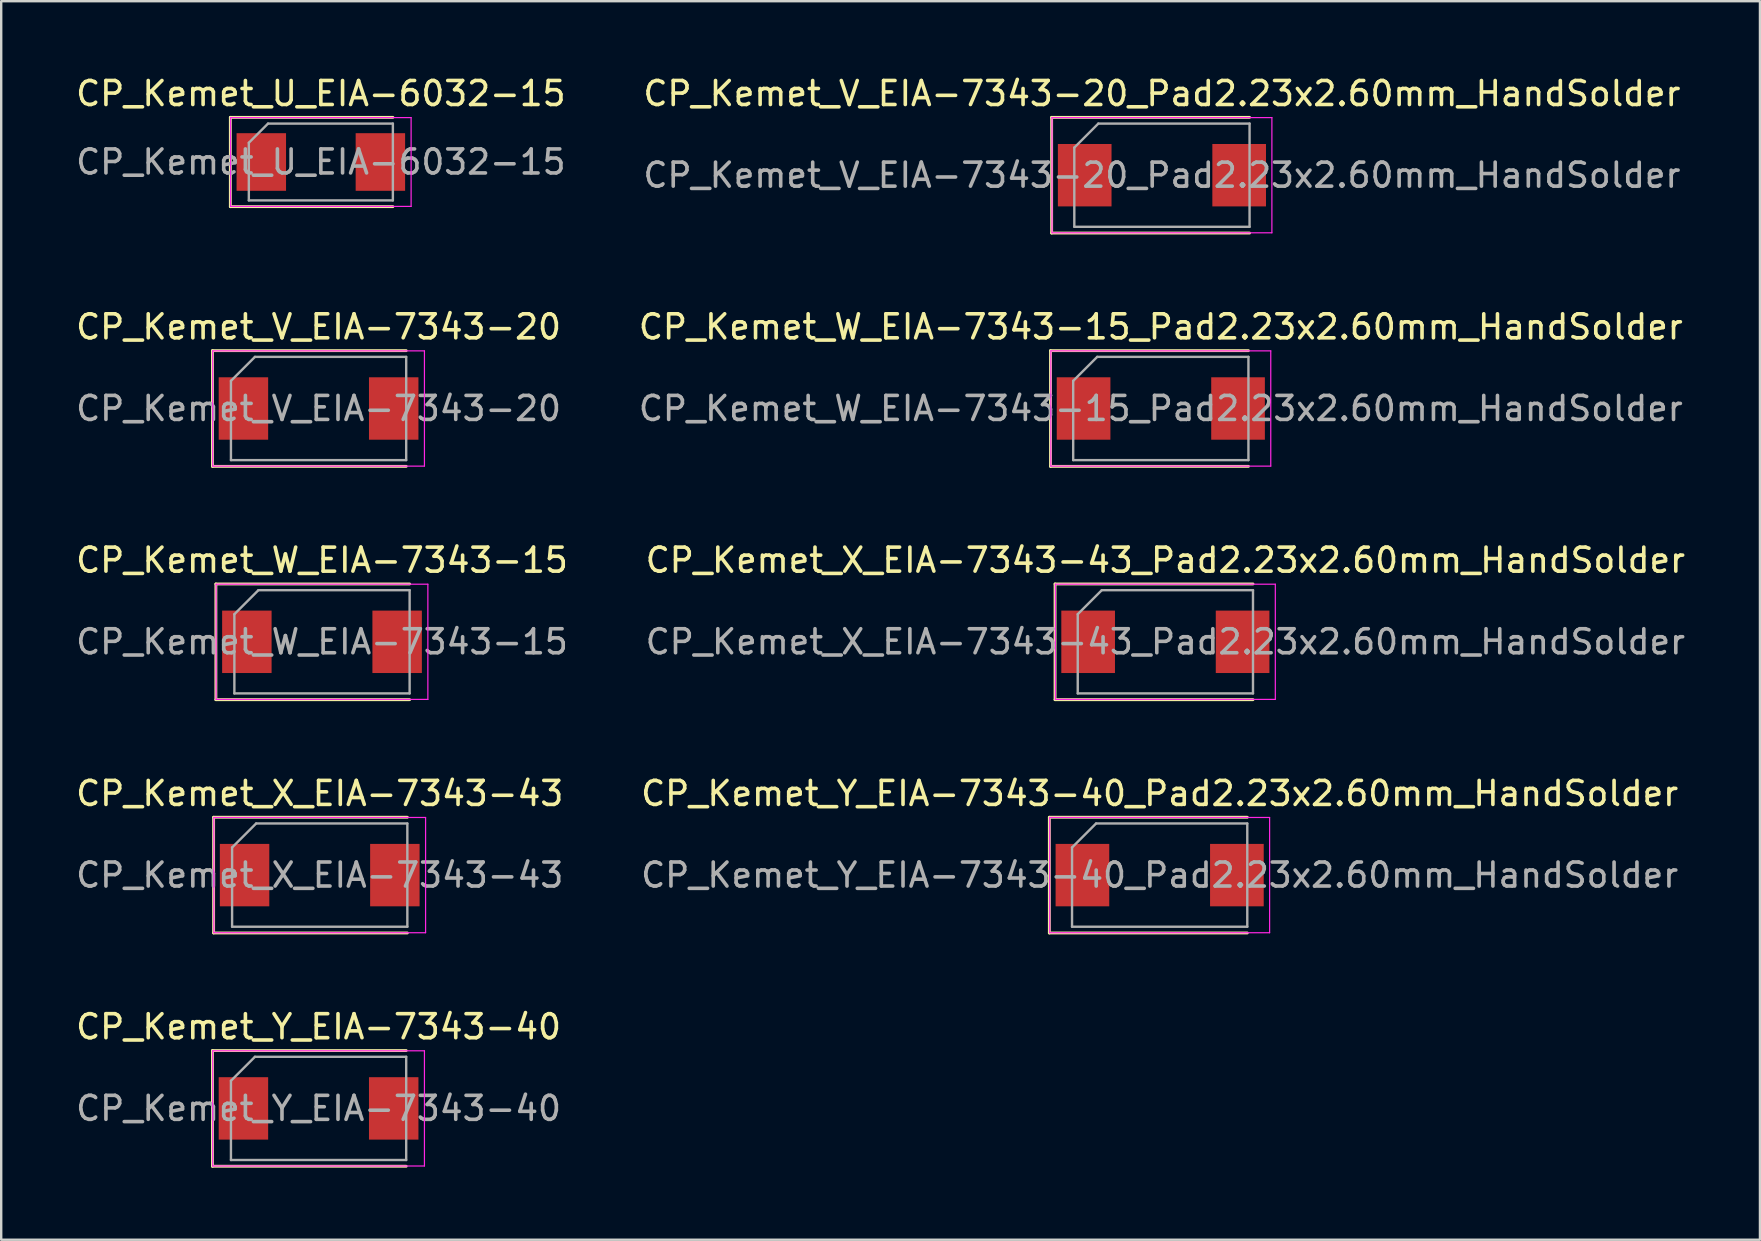
<source format=kicad_pcb>
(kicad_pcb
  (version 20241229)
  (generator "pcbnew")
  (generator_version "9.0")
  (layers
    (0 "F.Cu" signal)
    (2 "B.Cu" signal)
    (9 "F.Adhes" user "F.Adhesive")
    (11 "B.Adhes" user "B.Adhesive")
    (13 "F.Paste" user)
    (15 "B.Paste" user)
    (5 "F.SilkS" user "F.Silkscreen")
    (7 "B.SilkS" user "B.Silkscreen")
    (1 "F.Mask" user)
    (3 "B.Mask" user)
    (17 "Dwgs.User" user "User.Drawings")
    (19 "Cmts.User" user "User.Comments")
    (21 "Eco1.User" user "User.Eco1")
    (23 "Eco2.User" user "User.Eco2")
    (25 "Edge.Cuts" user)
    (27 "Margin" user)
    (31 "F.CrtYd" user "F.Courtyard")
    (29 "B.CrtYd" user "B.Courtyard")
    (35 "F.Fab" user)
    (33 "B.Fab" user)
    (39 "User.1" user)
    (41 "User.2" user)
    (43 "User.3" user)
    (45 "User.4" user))
  (footprint "CP_Kemet_W_EIA-7343-15"
    (layer "F.Cu")
    (at 10.363 23.685)
    (property "Reference" "CP_Kemet_W_EIA-7343-15" (at 0 -3.4 0) (layer "F.SilkS") (effects (font (size 1 1) (thickness 0.15))))
    (attr smd)
    (fp_line (start -4.42 -2.41) (end -4.42 2.41) (stroke (width 0.12) (type solid)) (layer "F.SilkS"))
    (fp_line (start -4.42 2.41) (end 3.65 2.41) (stroke (width 0.12) (type solid)) (layer "F.SilkS"))
    (fp_line (start 3.65 -2.41) (end -4.42 -2.41) (stroke (width 0.12) (type solid)) (layer "F.SilkS"))
    (fp_line (start -4.41 -2.4) (end 4.41 -2.4) (stroke (width 0.05) (type solid)) (layer "F.CrtYd"))
    (fp_line (start -4.41 2.4) (end -4.41 -2.4) (stroke (width 0.05) (type solid)) (layer "F.CrtYd"))
    (fp_line (start 4.41 -2.4) (end 4.41 2.4) (stroke (width 0.05) (type solid)) (layer "F.CrtYd"))
    (fp_line (start 4.41 2.4) (end -4.41 2.4) (stroke (width 0.05) (type solid)) (layer "F.CrtYd"))
    (fp_line (start -3.65 -1.15) (end -3.65 2.15) (stroke (width 0.1) (type solid)) (layer "F.Fab"))
    (fp_line (start -3.65 2.15) (end 3.65 2.15) (stroke (width 0.1) (type solid)) (layer "F.Fab"))
    (fp_line (start -2.65 -2.15) (end -3.65 -1.15) (stroke (width 0.1) (type solid)) (layer "F.Fab"))
    (fp_line (start 3.65 -2.15) (end -2.65 -2.15) (stroke (width 0.1) (type solid)) (layer "F.Fab"))
    (fp_line (start 3.65 2.15) (end 3.65 -2.15) (stroke (width 0.1) (type solid)) (layer "F.Fab"))
    (fp_text user "${REFERENCE}" (at 0 0 0) (layer "F.Fab") (effects (font (size 1 1) (thickness 0.15))))
    (pad "1" smd rect (at -3.13 0) (size 2.06 2.6) (layers "F.Cu" "F.Mask" "F.Paste"))
    (pad "2" smd rect (at 3.13 0) (size 2.06 2.6) (layers "F.Cu" "F.Mask" "F.Paste")))
  (footprint "CP_Kemet_V_EIA-7343-20_Pad2.23x2.60mm_HandSolder"
    (layer "F.Cu")
    (at 45.351 4.248)
    (property "Reference" "CP_Kemet_V_EIA-7343-20_Pad2.23x2.60mm_HandSolder" (at 0 -3.4 0) (layer "F.SilkS") (effects (font (size 1 1) (thickness 0.15))))
    (attr smd)
    (fp_line (start -4.595 -2.41) (end -4.595 2.41) (stroke (width 0.12) (type solid)) (layer "F.SilkS"))
    (fp_line (start -4.595 2.41) (end 3.65 2.41) (stroke (width 0.12) (type solid)) (layer "F.SilkS"))
    (fp_line (start 3.65 -2.41) (end -4.595 -2.41) (stroke (width 0.12) (type solid)) (layer "F.SilkS"))
    (fp_line (start -4.58 -2.4) (end 4.58 -2.4) (stroke (width 0.05) (type solid)) (layer "F.CrtYd"))
    (fp_line (start -4.58 2.4) (end -4.58 -2.4) (stroke (width 0.05) (type solid)) (layer "F.CrtYd"))
    (fp_line (start 4.58 -2.4) (end 4.58 2.4) (stroke (width 0.05) (type solid)) (layer "F.CrtYd"))
    (fp_line (start 4.58 2.4) (end -4.58 2.4) (stroke (width 0.05) (type solid)) (layer "F.CrtYd"))
    (fp_line (start -3.65 -1.15) (end -3.65 2.15) (stroke (width 0.1) (type solid)) (layer "F.Fab"))
    (fp_line (start -3.65 2.15) (end 3.65 2.15) (stroke (width 0.1) (type solid)) (layer "F.Fab"))
    (fp_line (start -2.65 -2.15) (end -3.65 -1.15) (stroke (width 0.1) (type solid)) (layer "F.Fab"))
    (fp_line (start 3.65 -2.15) (end -2.65 -2.15) (stroke (width 0.1) (type solid)) (layer "F.Fab"))
    (fp_line (start 3.65 2.15) (end 3.65 -2.15) (stroke (width 0.1) (type solid)) (layer "F.Fab"))
    (fp_text user "${REFERENCE}" (at 0 0 0) (layer "F.Fab") (effects (font (size 1 1) (thickness 0.15))))
    (pad "1" smd rect (at -3.217 0) (size 2.235 2.6) (layers "F.Cu" "F.Mask" "F.Paste"))
    (pad "2" smd rect (at 3.217 0) (size 2.235 2.6) (layers "F.Cu" "F.Mask" "F.Paste")))
  (footprint "CP_Kemet_W_EIA-7343-15_Pad2.23x2.60mm_HandSolder"
    (layer "F.Cu")
    (at 45.304 13.966)
    (property "Reference" "CP_Kemet_W_EIA-7343-15_Pad2.23x2.60mm_HandSolder" (at 0 -3.4 0) (layer "F.SilkS") (effects (font (size 1 1) (thickness 0.15))))
    (attr smd)
    (fp_line (start -4.595 -2.41) (end -4.595 2.41) (stroke (width 0.12) (type solid)) (layer "F.SilkS"))
    (fp_line (start -4.595 2.41) (end 3.65 2.41) (stroke (width 0.12) (type solid)) (layer "F.SilkS"))
    (fp_line (start 3.65 -2.41) (end -4.595 -2.41) (stroke (width 0.12) (type solid)) (layer "F.SilkS"))
    (fp_line (start -4.58 -2.4) (end 4.58 -2.4) (stroke (width 0.05) (type solid)) (layer "F.CrtYd"))
    (fp_line (start -4.58 2.4) (end -4.58 -2.4) (stroke (width 0.05) (type solid)) (layer "F.CrtYd"))
    (fp_line (start 4.58 -2.4) (end 4.58 2.4) (stroke (width 0.05) (type solid)) (layer "F.CrtYd"))
    (fp_line (start 4.58 2.4) (end -4.58 2.4) (stroke (width 0.05) (type solid)) (layer "F.CrtYd"))
    (fp_line (start -3.65 -1.15) (end -3.65 2.15) (stroke (width 0.1) (type solid)) (layer "F.Fab"))
    (fp_line (start -3.65 2.15) (end 3.65 2.15) (stroke (width 0.1) (type solid)) (layer "F.Fab"))
    (fp_line (start -2.65 -2.15) (end -3.65 -1.15) (stroke (width 0.1) (type solid)) (layer "F.Fab"))
    (fp_line (start 3.65 -2.15) (end -2.65 -2.15) (stroke (width 0.1) (type solid)) (layer "F.Fab"))
    (fp_line (start 3.65 2.15) (end 3.65 -2.15) (stroke (width 0.1) (type solid)) (layer "F.Fab"))
    (fp_text user "${REFERENCE}" (at 0 0 0) (layer "F.Fab") (effects (font (size 1 1) (thickness 0.15))))
    (pad "1" smd rect (at -3.217 0) (size 2.235 2.6) (layers "F.Cu" "F.Mask" "F.Paste"))
    (pad "2" smd rect (at 3.217 0) (size 2.235 2.6) (layers "F.Cu" "F.Mask" "F.Paste")))
  (footprint "CP_Kemet_Y_EIA-7343-40_Pad2.23x2.60mm_HandSolder"
    (layer "F.Cu")
    (at 45.256 33.403)
    (property "Reference" "CP_Kemet_Y_EIA-7343-40_Pad2.23x2.60mm_HandSolder" (at 0 -3.4 0) (layer "F.SilkS") (effects (font (size 1 1) (thickness 0.15))))
    (attr smd)
    (fp_line (start -4.595 -2.41) (end -4.595 2.41) (stroke (width 0.12) (type solid)) (layer "F.SilkS"))
    (fp_line (start -4.595 2.41) (end 3.65 2.41) (stroke (width 0.12) (type solid)) (layer "F.SilkS"))
    (fp_line (start 3.65 -2.41) (end -4.595 -2.41) (stroke (width 0.12) (type solid)) (layer "F.SilkS"))
    (fp_line (start -4.58 -2.4) (end 4.58 -2.4) (stroke (width 0.05) (type solid)) (layer "F.CrtYd"))
    (fp_line (start -4.58 2.4) (end -4.58 -2.4) (stroke (width 0.05) (type solid)) (layer "F.CrtYd"))
    (fp_line (start 4.58 -2.4) (end 4.58 2.4) (stroke (width 0.05) (type solid)) (layer "F.CrtYd"))
    (fp_line (start 4.58 2.4) (end -4.58 2.4) (stroke (width 0.05) (type solid)) (layer "F.CrtYd"))
    (fp_line (start -3.65 -1.15) (end -3.65 2.15) (stroke (width 0.1) (type solid)) (layer "F.Fab"))
    (fp_line (start -3.65 2.15) (end 3.65 2.15) (stroke (width 0.1) (type solid)) (layer "F.Fab"))
    (fp_line (start -2.65 -2.15) (end -3.65 -1.15) (stroke (width 0.1) (type solid)) (layer "F.Fab"))
    (fp_line (start 3.65 -2.15) (end -2.65 -2.15) (stroke (width 0.1) (type solid)) (layer "F.Fab"))
    (fp_line (start 3.65 2.15) (end 3.65 -2.15) (stroke (width 0.1) (type solid)) (layer "F.Fab"))
    (fp_text user "${REFERENCE}" (at 0 0 0) (layer "F.Fab") (effects (font (size 1 1) (thickness 0.15))))
    (pad "1" smd rect (at -3.217 0) (size 2.235 2.6) (layers "F.Cu" "F.Mask" "F.Paste"))
    (pad "2" smd rect (at 3.217 0) (size 2.235 2.6) (layers "F.Cu" "F.Mask" "F.Paste")))
  (footprint "CP_Kemet_X_EIA-7343-43"
    (layer "F.Cu")
    (at 10.268 33.403)
    (property "Reference" "CP_Kemet_X_EIA-7343-43" (at 0 -3.4 0) (layer "F.SilkS") (effects (font (size 1 1) (thickness 0.15))))
    (attr smd)
    (fp_line (start -4.42 -2.41) (end -4.42 2.41) (stroke (width 0.12) (type solid)) (layer "F.SilkS"))
    (fp_line (start -4.42 2.41) (end 3.65 2.41) (stroke (width 0.12) (type solid)) (layer "F.SilkS"))
    (fp_line (start 3.65 -2.41) (end -4.42 -2.41) (stroke (width 0.12) (type solid)) (layer "F.SilkS"))
    (fp_line (start -4.41 -2.4) (end 4.41 -2.4) (stroke (width 0.05) (type solid)) (layer "F.CrtYd"))
    (fp_line (start -4.41 2.4) (end -4.41 -2.4) (stroke (width 0.05) (type solid)) (layer "F.CrtYd"))
    (fp_line (start 4.41 -2.4) (end 4.41 2.4) (stroke (width 0.05) (type solid)) (layer "F.CrtYd"))
    (fp_line (start 4.41 2.4) (end -4.41 2.4) (stroke (width 0.05) (type solid)) (layer "F.CrtYd"))
    (fp_line (start -3.65 -1.15) (end -3.65 2.15) (stroke (width 0.1) (type solid)) (layer "F.Fab"))
    (fp_line (start -3.65 2.15) (end 3.65 2.15) (stroke (width 0.1) (type solid)) (layer "F.Fab"))
    (fp_line (start -2.65 -2.15) (end -3.65 -1.15) (stroke (width 0.1) (type solid)) (layer "F.Fab"))
    (fp_line (start 3.65 -2.15) (end -2.65 -2.15) (stroke (width 0.1) (type solid)) (layer "F.Fab"))
    (fp_line (start 3.65 2.15) (end 3.65 -2.15) (stroke (width 0.1) (type solid)) (layer "F.Fab"))
    (fp_text user "${REFERENCE}" (at 0 0 0) (layer "F.Fab") (effects (font (size 1 1) (thickness 0.15))))
    (pad "1" smd rect (at -3.13 0) (size 2.06 2.6) (layers "F.Cu" "F.Mask" "F.Paste"))
    (pad "2" smd rect (at 3.13 0) (size 2.06 2.6) (layers "F.Cu" "F.Mask" "F.Paste")))
  (footprint "CP_Kemet_Y_EIA-7343-40"
    (layer "F.Cu")
    (at 10.22 43.121)
    (property "Reference" "CP_Kemet_Y_EIA-7343-40" (at 0 -3.4 0) (layer "F.SilkS") (effects (font (size 1 1) (thickness 0.15))))
    (attr smd)
    (fp_line (start -4.42 -2.41) (end -4.42 2.41) (stroke (width 0.12) (type solid)) (layer "F.SilkS"))
    (fp_line (start -4.42 2.41) (end 3.65 2.41) (stroke (width 0.12) (type solid)) (layer "F.SilkS"))
    (fp_line (start 3.65 -2.41) (end -4.42 -2.41) (stroke (width 0.12) (type solid)) (layer "F.SilkS"))
    (fp_line (start -4.41 -2.4) (end 4.41 -2.4) (stroke (width 0.05) (type solid)) (layer "F.CrtYd"))
    (fp_line (start -4.41 2.4) (end -4.41 -2.4) (stroke (width 0.05) (type solid)) (layer "F.CrtYd"))
    (fp_line (start 4.41 -2.4) (end 4.41 2.4) (stroke (width 0.05) (type solid)) (layer "F.CrtYd"))
    (fp_line (start 4.41 2.4) (end -4.41 2.4) (stroke (width 0.05) (type solid)) (layer "F.CrtYd"))
    (fp_line (start -3.65 -1.15) (end -3.65 2.15) (stroke (width 0.1) (type solid)) (layer "F.Fab"))
    (fp_line (start -3.65 2.15) (end 3.65 2.15) (stroke (width 0.1) (type solid)) (layer "F.Fab"))
    (fp_line (start -2.65 -2.15) (end -3.65 -1.15) (stroke (width 0.1) (type solid)) (layer "F.Fab"))
    (fp_line (start 3.65 -2.15) (end -2.65 -2.15) (stroke (width 0.1) (type solid)) (layer "F.Fab"))
    (fp_line (start 3.65 2.15) (end 3.65 -2.15) (stroke (width 0.1) (type solid)) (layer "F.Fab"))
    (fp_text user "${REFERENCE}" (at 0 0 0) (layer "F.Fab") (effects (font (size 1 1) (thickness 0.15))))
    (pad "1" smd rect (at -3.13 0) (size 2.06 2.6) (layers "F.Cu" "F.Mask" "F.Paste"))
    (pad "2" smd rect (at 3.13 0) (size 2.06 2.6) (layers "F.Cu" "F.Mask" "F.Paste")))
  (footprint "CP_Kemet_V_EIA-7343-20"
    (layer "F.Cu")
    (at 10.22 13.966)
    (property "Reference" "CP_Kemet_V_EIA-7343-20" (at 0 -3.4 0) (layer "F.SilkS") (effects (font (size 1 1) (thickness 0.15))))
    (attr smd)
    (fp_line (start -4.42 -2.41) (end -4.42 2.41) (stroke (width 0.12) (type solid)) (layer "F.SilkS"))
    (fp_line (start -4.42 2.41) (end 3.65 2.41) (stroke (width 0.12) (type solid)) (layer "F.SilkS"))
    (fp_line (start 3.65 -2.41) (end -4.42 -2.41) (stroke (width 0.12) (type solid)) (layer "F.SilkS"))
    (fp_line (start -4.41 -2.4) (end 4.41 -2.4) (stroke (width 0.05) (type solid)) (layer "F.CrtYd"))
    (fp_line (start -4.41 2.4) (end -4.41 -2.4) (stroke (width 0.05) (type solid)) (layer "F.CrtYd"))
    (fp_line (start 4.41 -2.4) (end 4.41 2.4) (stroke (width 0.05) (type solid)) (layer "F.CrtYd"))
    (fp_line (start 4.41 2.4) (end -4.41 2.4) (stroke (width 0.05) (type solid)) (layer "F.CrtYd"))
    (fp_line (start -3.65 -1.15) (end -3.65 2.15) (stroke (width 0.1) (type solid)) (layer "F.Fab"))
    (fp_line (start -3.65 2.15) (end 3.65 2.15) (stroke (width 0.1) (type solid)) (layer "F.Fab"))
    (fp_line (start -2.65 -2.15) (end -3.65 -1.15) (stroke (width 0.1) (type solid)) (layer "F.Fab"))
    (fp_line (start 3.65 -2.15) (end -2.65 -2.15) (stroke (width 0.1) (type solid)) (layer "F.Fab"))
    (fp_line (start 3.65 2.15) (end 3.65 -2.15) (stroke (width 0.1) (type solid)) (layer "F.Fab"))
    (fp_text user "${REFERENCE}" (at 0 0 0) (layer "F.Fab") (effects (font (size 1 1) (thickness 0.15))))
    (pad "1" smd rect (at -3.13 0) (size 2.06 2.6) (layers "F.Cu" "F.Mask" "F.Paste"))
    (pad "2" smd rect (at 3.13 0) (size 2.06 2.6) (layers "F.Cu" "F.Mask" "F.Paste")))
  (footprint "CP_Kemet_U_EIA-6032-15"
    (layer "F.Cu")
    (at 10.315 3.698)
    (property "Reference" "CP_Kemet_U_EIA-6032-15" (at 0 -2.85 0) (layer "F.SilkS") (effects (font (size 1 1) (thickness 0.15))))
    (attr smd)
    (fp_line (start -3.77 -1.86) (end -3.77 1.86) (stroke (width 0.12) (type solid)) (layer "F.SilkS"))
    (fp_line (start -3.77 1.86) (end 3 1.86) (stroke (width 0.12) (type solid)) (layer "F.SilkS"))
    (fp_line (start 3 -1.86) (end -3.77 -1.86) (stroke (width 0.12) (type solid)) (layer "F.SilkS"))
    (fp_line (start -3.76 -1.85) (end 3.76 -1.85) (stroke (width 0.05) (type solid)) (layer "F.CrtYd"))
    (fp_line (start -3.76 1.85) (end -3.76 -1.85) (stroke (width 0.05) (type solid)) (layer "F.CrtYd"))
    (fp_line (start 3.76 -1.85) (end 3.76 1.85) (stroke (width 0.05) (type solid)) (layer "F.CrtYd"))
    (fp_line (start 3.76 1.85) (end -3.76 1.85) (stroke (width 0.05) (type solid)) (layer "F.CrtYd"))
    (fp_line (start -3 -0.8) (end -3 1.6) (stroke (width 0.1) (type solid)) (layer "F.Fab"))
    (fp_line (start -3 1.6) (end 3 1.6) (stroke (width 0.1) (type solid)) (layer "F.Fab"))
    (fp_line (start -2.2 -1.6) (end -3 -0.8) (stroke (width 0.1) (type solid)) (layer "F.Fab"))
    (fp_line (start 3 -1.6) (end -2.2 -1.6) (stroke (width 0.1) (type solid)) (layer "F.Fab"))
    (fp_line (start 3 1.6) (end 3 -1.6) (stroke (width 0.1) (type solid)) (layer "F.Fab"))
    (fp_text user "${REFERENCE}" (at 0 0 0) (layer "F.Fab") (effects (font (size 1 1) (thickness 0.15))))
    (pad "1" smd rect (at -2.48 0) (size 2.06 2.4) (layers "F.Cu" "F.Mask" "F.Paste"))
    (pad "2" smd rect (at 2.48 0) (size 2.06 2.4) (layers "F.Cu" "F.Mask" "F.Paste")))
  (footprint "CP_Kemet_X_EIA-7343-43_Pad2.23x2.60mm_HandSolder"
    (layer "F.Cu")
    (at 45.494 23.685)
    (property "Reference" "CP_Kemet_X_EIA-7343-43_Pad2.23x2.60mm_HandSolder" (at 0 -3.4 0) (layer "F.SilkS") (effects (font (size 1 1) (thickness 0.15))))
    (attr smd)
    (fp_line (start -4.595 -2.41) (end -4.595 2.41) (stroke (width 0.12) (type solid)) (layer "F.SilkS"))
    (fp_line (start -4.595 2.41) (end 3.65 2.41) (stroke (width 0.12) (type solid)) (layer "F.SilkS"))
    (fp_line (start 3.65 -2.41) (end -4.595 -2.41) (stroke (width 0.12) (type solid)) (layer "F.SilkS"))
    (fp_line (start -4.58 -2.4) (end 4.58 -2.4) (stroke (width 0.05) (type solid)) (layer "F.CrtYd"))
    (fp_line (start -4.58 2.4) (end -4.58 -2.4) (stroke (width 0.05) (type solid)) (layer "F.CrtYd"))
    (fp_line (start 4.58 -2.4) (end 4.58 2.4) (stroke (width 0.05) (type solid)) (layer "F.CrtYd"))
    (fp_line (start 4.58 2.4) (end -4.58 2.4) (stroke (width 0.05) (type solid)) (layer "F.CrtYd"))
    (fp_line (start -3.65 -1.15) (end -3.65 2.15) (stroke (width 0.1) (type solid)) (layer "F.Fab"))
    (fp_line (start -3.65 2.15) (end 3.65 2.15) (stroke (width 0.1) (type solid)) (layer "F.Fab"))
    (fp_line (start -2.65 -2.15) (end -3.65 -1.15) (stroke (width 0.1) (type solid)) (layer "F.Fab"))
    (fp_line (start 3.65 -2.15) (end -2.65 -2.15) (stroke (width 0.1) (type solid)) (layer "F.Fab"))
    (fp_line (start 3.65 2.15) (end 3.65 -2.15) (stroke (width 0.1) (type solid)) (layer "F.Fab"))
    (fp_text user "${REFERENCE}" (at 0 0 0) (layer "F.Fab") (effects (font (size 1 1) (thickness 0.15))))
    (pad "1" smd rect (at -3.217 0) (size 2.235 2.6) (layers "F.Cu" "F.Mask" "F.Paste"))
    (pad "2" smd rect (at 3.217 0) (size 2.235 2.6) (layers "F.Cu" "F.Mask" "F.Paste")))
  (gr_rect
    (start -3 -3)
    (end 70.262 48.591)
    (stroke (width 0.1) (type default))
    (fill no)
    (layer "Edge.Cuts")))
</source>
